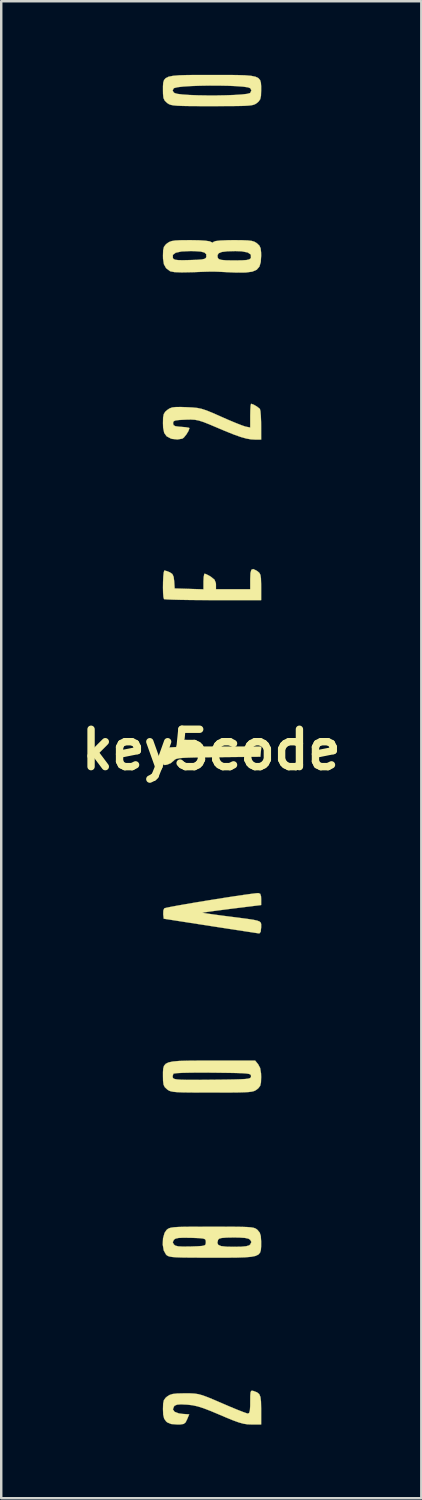
<source format=kicad_pcb>
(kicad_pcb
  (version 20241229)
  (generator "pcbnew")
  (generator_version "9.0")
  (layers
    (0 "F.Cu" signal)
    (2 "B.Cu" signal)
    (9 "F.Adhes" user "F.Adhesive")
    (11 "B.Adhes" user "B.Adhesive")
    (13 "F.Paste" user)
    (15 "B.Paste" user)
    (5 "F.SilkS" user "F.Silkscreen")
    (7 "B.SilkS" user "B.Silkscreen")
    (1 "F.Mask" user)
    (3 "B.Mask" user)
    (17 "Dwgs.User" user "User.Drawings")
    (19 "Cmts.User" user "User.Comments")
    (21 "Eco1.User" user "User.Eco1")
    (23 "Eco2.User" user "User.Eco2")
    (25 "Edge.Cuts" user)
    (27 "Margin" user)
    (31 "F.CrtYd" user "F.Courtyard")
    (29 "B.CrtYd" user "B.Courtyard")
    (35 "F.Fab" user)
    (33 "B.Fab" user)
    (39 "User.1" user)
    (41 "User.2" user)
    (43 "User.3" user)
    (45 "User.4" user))
  (footprint "key5code"
    (layer "F.Cu")
    (at 5.559 27.5)
    (property "Reference" "key5code" (at 0 0 0) (layer "F.SilkS") (effects (font (size 1.524 1.524) (thickness 0.3))))
    (attr through_hole)
    (fp_poly (pts (xy 2 0.286) (xy 0.286 0.303) (xy -0.227 0.308) (xy -0.628 0.314) (xy -0.932 0.322) (xy -1.153 0.332) (xy -1.306 0.347) (xy -1.407 0.367) (xy -1.471 0.393) (xy -1.511 0.426) (xy -1.524 0.442) (xy -1.658 0.55) (xy -1.794 0.606) (xy -1.898 0.625) (xy -1.949 0.597) (xy -1.967 0.493) (xy -1.968 0.337) (xy -1.954 0.139) (xy -1.917 -0.01) (xy -1.892 -0.051) (xy -1.83 -0.074) (xy -1.691 -0.093) (xy -1.464 -0.107) (xy -1.142 -0.117) (xy -0.715 -0.124) (xy -0.174 -0.127) (xy 0.112 -0.127) (xy 2.04 -0.127) (xy 2 0.286)) (stroke (width 0.01) (type solid)) (fill yes) (layer "F.SilkS"))
    (fp_poly (pts (xy 1.834 -7.305) (xy 1.891 -7.267) (xy 1.961 -7.206) (xy 2.003 -7.122) (xy 2.024 -6.985) (xy 2.031 -6.765) (xy 2.032 -6.632) (xy 2.032 -6.096) (xy 0.074 -6.096) (xy -0.412 -6.097) (xy -0.858 -6.101) (xy -1.246 -6.107) (xy -1.561 -6.115) (xy -1.787 -6.124) (xy -1.91 -6.134) (xy -1.926 -6.138) (xy -1.949 -6.22) (xy -1.963 -6.387) (xy -1.968 -6.604) (xy -1.965 -6.838) (xy -1.955 -7.055) (xy -1.938 -7.22) (xy -1.914 -7.3) (xy -1.908 -7.303) (xy -1.809 -7.278) (xy -1.689 -7.23) (xy -1.586 -7.16) (xy -1.533 -7.043) (xy -1.511 -6.865) (xy -1.492 -6.572) (xy -0.905 -6.554) (xy -0.318 -6.536) (xy -0.318 -6.856) (xy -0.309 -7.037) (xy -0.287 -7.153) (xy -0.27 -7.175) (xy -0.189 -7.145) (xy -0.05 -7.07) (xy -0.016 -7.049) (xy 0.132 -6.93) (xy 0.187 -6.791) (xy 0.191 -6.732) (xy 0.191 -6.54) (xy 1.587 -6.54) (xy 1.587 -6.953) (xy 1.597 -7.2) (xy 1.633 -7.332) (xy 1.708 -7.363) (xy 1.834 -7.305)) (stroke (width 0.01) (type solid)) (fill yes) (layer "F.SilkS"))
    (fp_poly (pts (xy 1.995 5.871) (xy 2.028 5.976) (xy 2.032 6.085) (xy 2.032 6.329) (xy 0.827 6.478) (xy 0.454 6.526) (xy 0.13 6.568) (xy -0.127 6.604) (xy -0.298 6.63) (xy -0.363 6.643) (xy -0.363 6.644) (xy -0.298 6.656) (xy -0.128 6.682) (xy 0.126 6.717) (xy 0.442 6.76) (xy 0.7 6.793) (xy 1.142 6.849) (xy 1.474 6.893) (xy 1.712 6.929) (xy 1.871 6.963) (xy 1.967 7) (xy 2.016 7.046) (xy 2.033 7.105) (xy 2.033 7.183) (xy 2.032 7.24) (xy 2.014 7.42) (xy 1.96 7.485) (xy 1.953 7.485) (xy 1.872 7.474) (xy 1.682 7.445) (xy 1.399 7.402) (xy 1.038 7.347) (xy 0.617 7.282) (xy 0.15 7.21) (xy -0.032 7.182) (xy -1.937 6.886) (xy -1.958 6.706) (xy -1.953 6.554) (xy -1.918 6.465) (xy -1.846 6.443) (xy -1.667 6.406) (xy -1.4 6.356) (xy -1.064 6.297) (xy -0.679 6.231) (xy -0.263 6.162) (xy 0.166 6.093) (xy 0.587 6.026) (xy 0.983 5.965) (xy 1.333 5.914) (xy 1.621 5.874) (xy 1.825 5.849) (xy 1.919 5.842) (xy 1.995 5.871)) (stroke (width 0.01) (type solid)) (fill yes) (layer "F.SilkS"))
    (fp_poly (pts (xy 1.73 26.134) (xy 1.865 26.185) (xy 1.953 26.256) (xy 2.003 26.374) (xy 2.026 26.563) (xy 2.032 26.85) (xy 2.032 26.9) (xy 2.032 27.495) (xy 1.647 27.495) (xy 1.479 27.489) (xy 1.314 27.464) (xy 1.127 27.413) (xy 0.891 27.328) (xy 0.581 27.201) (xy 0.361 27.107) (xy -0.021 26.946) (xy -0.318 26.832) (xy -0.556 26.757) (xy -0.763 26.712) (xy -0.968 26.688) (xy -0.986 26.687) (xy -1.236 26.675) (xy -1.392 26.687) (xy -1.485 26.726) (xy -1.518 26.758) (xy -1.564 26.879) (xy -1.495 26.978) (xy -1.322 27.044) (xy -1.175 27.064) (xy -0.899 27.083) (xy -0.986 27.289) (xy -1.048 27.412) (xy -1.126 27.473) (xy -1.262 27.494) (xy -1.394 27.495) (xy -1.634 27.476) (xy -1.792 27.411) (xy -1.841 27.369) (xy -1.92 27.256) (xy -1.959 27.093) (xy -1.968 26.865) (xy -1.961 26.644) (xy -1.931 26.506) (xy -1.863 26.41) (xy -1.801 26.357) (xy -1.698 26.292) (xy -1.571 26.252) (xy -1.388 26.232) (xy -1.115 26.226) (xy -1.064 26.226) (xy -0.849 26.227) (xy -0.675 26.237) (xy -0.516 26.262) (xy -0.345 26.31) (xy -0.135 26.388) (xy 0.141 26.503) (xy 0.454 26.638) (xy 0.78 26.778) (xy 1.069 26.897) (xy 1.3 26.987) (xy 1.451 27.041) (xy 1.495 27.051) (xy 1.544 27.024) (xy 1.573 26.927) (xy 1.586 26.739) (xy 1.587 26.57) (xy 1.589 26.328) (xy 1.6 26.188) (xy 1.627 26.127) (xy 1.679 26.12) (xy 1.73 26.134)) (stroke (width 0.01) (type solid)) (fill yes) (layer "F.SilkS"))
    (fp_poly (pts (xy 1.725 -14.063) (xy 1.86 -13.985) (xy 1.967 -13.901) (xy 1.983 -13.881) (xy 2.004 -13.79) (xy 2.02 -13.604) (xy 2.03 -13.357) (xy 2.031 -13.224) (xy 2.032 -12.636) (xy 1.794 -12.637) (xy 1.616 -12.647) (xy 1.425 -12.681) (xy 1.198 -12.745) (xy 0.914 -12.846) (xy 0.553 -12.991) (xy 0.242 -13.123) (xy -0.084 -13.261) (xy -0.325 -13.356) (xy -0.509 -13.414) (xy -0.668 -13.445) (xy -0.832 -13.454) (xy -1.03 -13.45) (xy -1.059 -13.449) (xy -1.309 -13.436) (xy -1.458 -13.417) (xy -1.531 -13.384) (xy -1.555 -13.329) (xy -1.556 -13.303) (xy -1.538 -13.227) (xy -1.463 -13.184) (xy -1.302 -13.162) (xy -1.222 -13.157) (xy -1.036 -13.141) (xy -0.915 -13.12) (xy -0.889 -13.106) (xy -0.927 -12.992) (xy -1.016 -12.845) (xy -1.118 -12.72) (xy -1.178 -12.676) (xy -1.379 -12.643) (xy -1.6 -12.666) (xy -1.651 -12.682) (xy -1.819 -12.772) (xy -1.918 -12.91) (xy -1.962 -13.124) (xy -1.968 -13.308) (xy -1.963 -13.535) (xy -1.936 -13.676) (xy -1.876 -13.772) (xy -1.794 -13.844) (xy -1.699 -13.908) (xy -1.594 -13.947) (xy -1.446 -13.964) (xy -1.225 -13.965) (xy -1.016 -13.958) (xy -0.769 -13.946) (xy -0.572 -13.927) (xy -0.393 -13.89) (xy -0.199 -13.827) (xy 0.041 -13.73) (xy 0.361 -13.589) (xy 0.407 -13.568) (xy 0.719 -13.431) (xy 1.004 -13.312) (xy 1.234 -13.222) (xy 1.384 -13.17) (xy 1.407 -13.165) (xy 1.587 -13.129) (xy 1.587 -13.613) (xy 1.592 -13.843) (xy 1.603 -14.013) (xy 1.62 -14.094) (xy 1.623 -14.097) (xy 1.725 -14.063)) (stroke (width 0.01) (type solid)) (fill yes) (layer "F.SilkS"))
    (fp_poly (pts (xy 0.588 -27.495) (xy 1.03 -27.492) (xy 1.372 -27.482) (xy 1.625 -27.46) (xy 1.804 -27.423) (xy 1.921 -27.366) (xy 1.989 -27.286) (xy 2.022 -27.178) (xy 2.032 -27.039) (xy 2.032 -26.865) (xy 2.025 -26.644) (xy 1.994 -26.506) (xy 1.926 -26.41) (xy 1.865 -26.357) (xy 1.808 -26.317) (xy 1.743 -26.286) (xy 1.652 -26.263) (xy 1.52 -26.247) (xy 1.331 -26.236) (xy 1.069 -26.23) (xy 0.718 -26.227) (xy 0.264 -26.226) (xy 0.032 -26.226) (xy -0.473 -26.226) (xy -0.866 -26.228) (xy -1.164 -26.233) (xy -1.383 -26.242) (xy -1.537 -26.256) (xy -1.644 -26.276) (xy -1.719 -26.303) (xy -1.777 -26.339) (xy -1.801 -26.357) (xy -1.897 -26.449) (xy -1.948 -26.557) (xy -1.966 -26.725) (xy -1.968 -26.859) (xy -1.578 -26.859) (xy -1.525 -26.782) (xy -1.494 -26.758) (xy -1.386 -26.726) (xy -1.178 -26.7) (xy -0.891 -26.68) (xy -0.547 -26.667) (xy -0.168 -26.661) (xy 0.222 -26.661) (xy 0.602 -26.668) (xy 0.95 -26.681) (xy 1.243 -26.7) (xy 1.46 -26.725) (xy 1.577 -26.757) (xy 1.587 -26.765) (xy 1.635 -26.867) (xy 1.587 -26.956) (xy 1.496 -26.991) (xy 1.299 -27.019) (xy 1.02 -27.04) (xy 0.681 -27.055) (xy 0.305 -27.062) (xy -0.088 -27.063) (xy -0.474 -27.056) (xy -0.831 -27.043) (xy -1.137 -27.024) (xy -1.369 -26.997) (xy -1.506 -26.964) (xy -1.53 -26.949) (xy -1.578 -26.859) (xy -1.968 -26.859) (xy -1.968 -26.865) (xy -1.968 -27.04) (xy -1.958 -27.18) (xy -1.925 -27.287) (xy -1.856 -27.367) (xy -1.739 -27.424) (xy -1.559 -27.46) (xy -1.305 -27.482) (xy -0.962 -27.492) (xy -0.519 -27.495) (xy 0.032 -27.495) (xy 0.588 -27.495)) (stroke (width 0.01) (type solid)) (fill yes) (layer "F.SilkS"))
    (fp_poly (pts (xy 0.044 12.668) (xy 1.789 12.668) (xy 1.911 12.818) (xy 1.992 12.971) (xy 2.028 13.191) (xy 2.032 13.337) (xy 2.025 13.557) (xy 1.993 13.694) (xy 1.922 13.79) (xy 1.865 13.838) (xy 1.808 13.878) (xy 1.743 13.909) (xy 1.652 13.932) (xy 1.52 13.949) (xy 1.331 13.959) (xy 1.069 13.966) (xy 0.718 13.969) (xy 0.264 13.97) (xy 0.032 13.97) (xy -0.473 13.97) (xy -0.866 13.967) (xy -1.164 13.963) (xy -1.383 13.954) (xy -1.537 13.94) (xy -1.644 13.92) (xy -1.719 13.893) (xy -1.777 13.857) (xy -1.801 13.838) (xy -1.895 13.75) (xy -1.945 13.647) (xy -1.965 13.488) (xy -1.968 13.308) (xy -1.968 13.307) (xy -1.577 13.307) (xy -1.566 13.364) (xy -1.541 13.395) (xy -1.486 13.419) (xy -1.384 13.436) (xy -1.222 13.446) (xy -0.985 13.452) (xy -0.657 13.453) (xy -0.225 13.45) (xy 0.046 13.447) (xy 0.533 13.442) (xy 0.907 13.436) (xy 1.184 13.428) (xy 1.378 13.418) (xy 1.504 13.403) (xy 1.576 13.382) (xy 1.609 13.354) (xy 1.619 13.318) (xy 1.619 13.303) (xy 1.615 13.264) (xy 1.591 13.233) (xy 1.534 13.21) (xy 1.428 13.193) (xy 1.258 13.181) (xy 1.011 13.173) (xy 0.67 13.167) (xy 0.221 13.161) (xy 0.068 13.159) (xy -0.413 13.156) (xy -0.827 13.159) (xy -1.159 13.166) (xy -1.396 13.178) (xy -1.525 13.195) (xy -1.544 13.203) (xy -1.577 13.307) (xy -1.968 13.307) (xy -1.968 13.131) (xy -1.958 12.99) (xy -1.926 12.881) (xy -1.858 12.799) (xy -1.742 12.742) (xy -1.564 12.704) (xy -1.311 12.682) (xy -0.971 12.672) (xy -0.531 12.668) (xy 0.023 12.668) (xy 0.044 12.668)) (stroke (width 0.01) (type solid)) (fill yes) (layer "F.SilkS"))
    (fp_poly (pts (xy 0.543 19.436) (xy 0.942 19.438) (xy 1.245 19.442) (xy 1.467 19.45) (xy 1.624 19.463) (xy 1.73 19.482) (xy 1.802 19.508) (xy 1.854 19.542) (xy 1.887 19.571) (xy 1.974 19.678) (xy 2.018 19.816) (xy 2.032 20.03) (xy 2.032 20.077) (xy 2.031 20.25) (xy 2.021 20.387) (xy 1.988 20.493) (xy 1.919 20.572) (xy 1.802 20.627) (xy 1.622 20.663) (xy 1.368 20.684) (xy 1.025 20.695) (xy 0.581 20.698) (xy 0.032 20.698) (xy -0.487 20.697) (xy -0.893 20.695) (xy -1.203 20.691) (xy -1.43 20.683) (xy -1.59 20.67) (xy -1.699 20.652) (xy -1.77 20.627) (xy -1.819 20.595) (xy -1.843 20.572) (xy -1.937 20.403) (xy -1.977 20.167) (xy -1.973 20.07) (xy -1.571 20.07) (xy -1.522 20.163) (xy -1.457 20.21) (xy -1.339 20.237) (xy -1.146 20.247) (xy -0.851 20.243) (xy -0.832 20.243) (xy -0.551 20.233) (xy -0.373 20.22) (xy -0.275 20.197) (xy -0.232 20.156) (xy -0.223 20.093) (xy 0.248 20.093) (xy 0.284 20.176) (xy 0.401 20.226) (xy 0.613 20.25) (xy 0.911 20.256) (xy 1.218 20.251) (xy 1.42 20.232) (xy 1.54 20.198) (xy 1.587 20.161) (xy 1.635 20.06) (xy 1.587 19.971) (xy 1.513 19.923) (xy 1.372 19.893) (xy 1.141 19.878) (xy 0.911 19.875) (xy 0.617 19.88) (xy 0.428 19.895) (xy 0.322 19.924) (xy 0.277 19.97) (xy 0.277 19.971) (xy 0.248 20.093) (xy -0.223 20.093) (xy -0.222 20.092) (xy -0.222 20.066) (xy -0.227 19.993) (xy -0.257 19.945) (xy -0.335 19.918) (xy -0.486 19.902) (xy -0.732 19.892) (xy -0.832 19.889) (xy -1.132 19.885) (xy -1.331 19.894) (xy -1.452 19.92) (xy -1.52 19.965) (xy -1.522 19.969) (xy -1.571 20.07) (xy -1.973 20.07) (xy -1.966 19.913) (xy -1.904 19.69) (xy -1.824 19.571) (xy -1.776 19.531) (xy -1.72 19.499) (xy -1.64 19.476) (xy -1.521 19.459) (xy -1.347 19.447) (xy -1.103 19.44) (xy -0.774 19.437) (xy -0.344 19.436) (xy 0.032 19.436) (xy 0.543 19.436)) (stroke (width 0.01) (type solid)) (fill yes) (layer "F.SilkS"))
    (fp_poly (pts (xy 1.252 -20.762) (xy 1.486 -20.753) (xy 1.646 -20.734) (xy 1.756 -20.701) (xy 1.842 -20.65) (xy 1.865 -20.633) (xy 1.961 -20.541) (xy 2.011 -20.433) (xy 2.03 -20.265) (xy 2.032 -20.125) (xy 2.017 -19.873) (xy 1.962 -19.687) (xy 1.852 -19.559) (xy 1.671 -19.481) (xy 1.405 -19.446) (xy 1.036 -19.443) (xy 0.782 -19.453) (xy 0.5 -19.467) (xy 0.296 -19.477) (xy 0.139 -19.482) (xy -0.006 -19.483) (xy -0.171 -19.48) (xy -0.388 -19.473) (xy -0.69 -19.461) (xy -0.794 -19.458) (xy -1.203 -19.45) (xy -1.493 -19.461) (xy -1.662 -19.492) (xy -1.683 -19.502) (xy -1.841 -19.622) (xy -1.93 -19.782) (xy -1.966 -20.016) (xy -1.966 -20.041) (xy -1.567 -20.041) (xy -1.567 -20.041) (xy -1.533 -19.993) (xy -1.458 -19.963) (xy -1.321 -19.949) (xy -1.096 -19.948) (xy -0.875 -19.953) (xy -0.579 -19.963) (xy -0.386 -19.978) (xy -0.274 -20.003) (xy -0.22 -20.041) (xy -0.201 -20.09) (xy -0.203 -20.133) (xy 0.254 -20.133) (xy 0.264 -20.048) (xy 0.307 -19.992) (xy 0.407 -19.96) (xy 0.583 -19.944) (xy 0.859 -19.939) (xy 0.956 -19.939) (xy 1.248 -19.942) (xy 1.436 -19.954) (xy 1.546 -19.979) (xy 1.601 -20.02) (xy 1.616 -20.048) (xy 1.612 -20.175) (xy 1.487 -20.262) (xy 1.242 -20.309) (xy 0.988 -20.319) (xy 0.655 -20.31) (xy 0.432 -20.283) (xy 0.305 -20.232) (xy 0.256 -20.155) (xy 0.254 -20.133) (xy -0.203 -20.133) (xy -0.206 -20.192) (xy -0.278 -20.26) (xy -0.434 -20.3) (xy -0.691 -20.317) (xy -0.861 -20.319) (xy -1.215 -20.303) (xy -1.449 -20.252) (xy -1.565 -20.165) (xy -1.567 -20.041) (xy -1.966 -20.041) (xy -1.968 -20.137) (xy -1.961 -20.355) (xy -1.928 -20.491) (xy -1.854 -20.588) (xy -1.801 -20.633) (xy -1.716 -20.689) (xy -1.615 -20.727) (xy -1.471 -20.75) (xy -1.257 -20.761) (xy -0.949 -20.764) (xy -0.861 -20.765) (xy -0.511 -20.759) (xy -0.242 -20.742) (xy -0.071 -20.717) (xy -0.02 -20.695) (xy 0.057 -20.661) (xy 0.092 -20.695) (xy 0.176 -20.727) (xy 0.376 -20.75) (xy 0.681 -20.762) (xy 0.916 -20.765) (xy 1.252 -20.762)) (stroke (width 0.01) (type solid)) (fill yes) (layer "F.SilkS")))
  (gr_rect
    (start -3 -3)
    (end 14.118 58.001)
    (stroke (width 0.1) (type default))
    (fill no)
    (layer "Edge.Cuts")))
</source>
